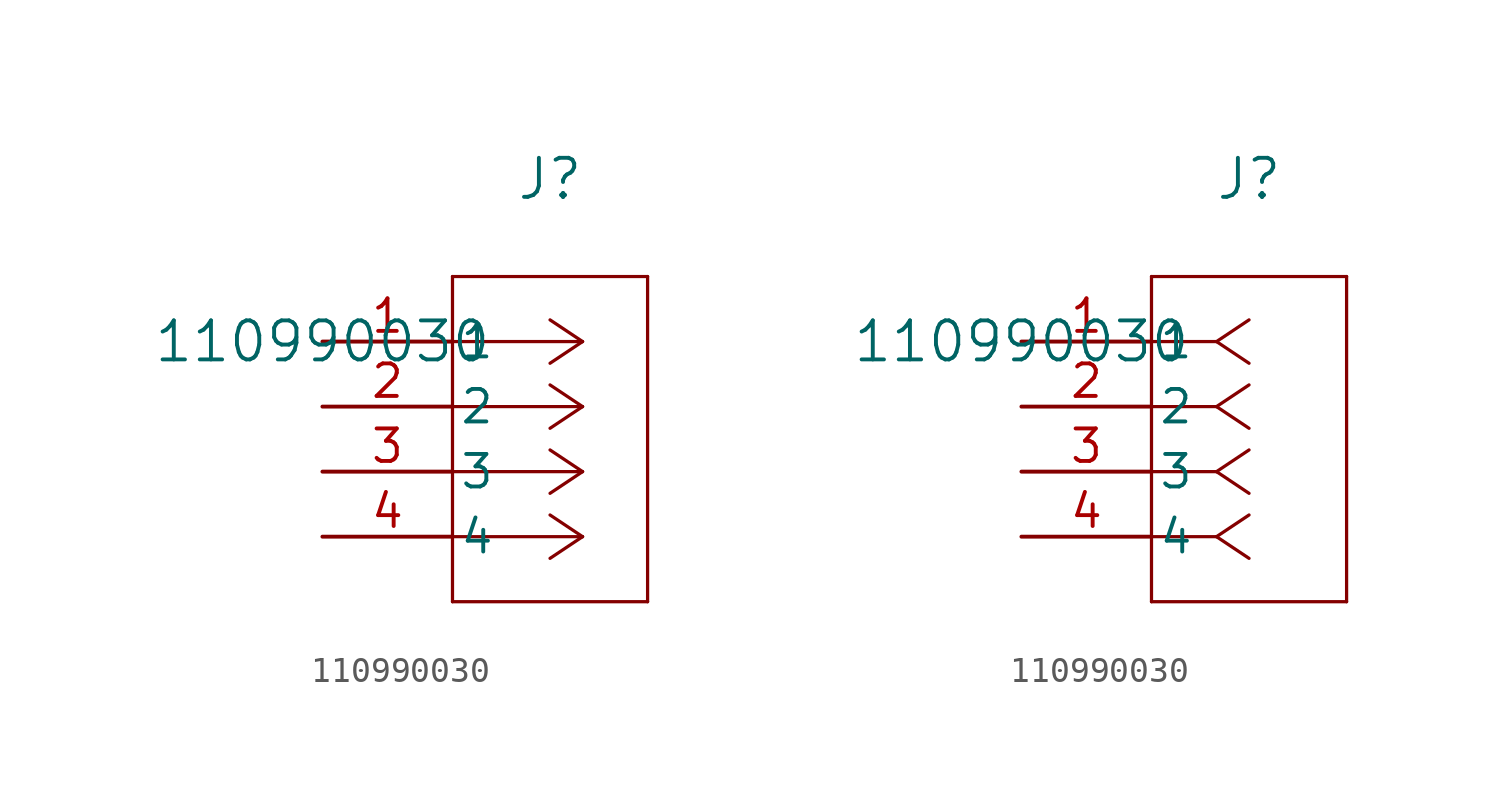
<source format=kicad_sym>
(kicad_symbol_lib
  (version 20211014)
  (generator kicad_symbol_editor)
  (symbol "110990030"
    (pin_names
      (offset 0.254))
    (property "Reference" "J"
      (at 8.89 6.35 0)
      (effects (font (size 1.524 1.524))))
    (property "Value" "110990030"
      (at 0 0 0)
      (effects (font (size 1.524 1.524))))
    (symbol "110990030_1_1"
      (polyline (pts (xy 10.16 0) (xy 5.08 0)) (stroke (width 0.127) (type default) (color 0 0 0 0)) (fill (type none)))
      (polyline (pts (xy 10.16 -2.54) (xy 5.08 -2.54)) (stroke (width 0.127) (type default) (color 0 0 0 0)) (fill (type none)))
      (polyline (pts (xy 10.16 -5.08) (xy 5.08 -5.08)) (stroke (width 0.127) (type default) (color 0 0 0 0)) (fill (type none)))
      (polyline (pts (xy 10.16 -7.62) (xy 5.08 -7.62)) (stroke (width 0.127) (type default) (color 0 0 0 0)) (fill (type none)))
      (polyline (pts (xy 10.16 0) (xy 8.89 0.847)) (stroke (width 0.127) (type default) (color 0 0 0 0)) (fill (type none)))
      (polyline (pts (xy 10.16 -2.54) (xy 8.89 -1.693)) (stroke (width 0.127) (type default) (color 0 0 0 0)) (fill (type none)))
      (polyline (pts (xy 10.16 -5.08) (xy 8.89 -4.233)) (stroke (width 0.127) (type default) (color 0 0 0 0)) (fill (type none)))
      (polyline (pts (xy 10.16 -7.62) (xy 8.89 -6.773)) (stroke (width 0.127) (type default) (color 0 0 0 0)) (fill (type none)))
      (polyline (pts (xy 10.16 0) (xy 8.89 -0.847)) (stroke (width 0.127) (type default) (color 0 0 0 0)) (fill (type none)))
      (polyline (pts (xy 10.16 -2.54) (xy 8.89 -3.387)) (stroke (width 0.127) (type default) (color 0 0 0 0)) (fill (type none)))
      (polyline (pts (xy 10.16 -5.08) (xy 8.89 -5.927)) (stroke (width 0.127) (type default) (color 0 0 0 0)) (fill (type none)))
      (polyline (pts (xy 10.16 -7.62) (xy 8.89 -8.467)) (stroke (width 0.127) (type default) (color 0 0 0 0)) (fill (type none)))
      (polyline (pts (xy 5.08 2.54) (xy 5.08 -10.16)) (stroke (width 0.127) (type default) (color 0 0 0 0)) (fill (type none)))
      (polyline (pts (xy 5.08 -10.16) (xy 12.7 -10.16)) (stroke (width 0.127) (type default) (color 0 0 0 0)) (fill (type none)))
      (polyline (pts (xy 12.7 -10.16) (xy 12.7 2.54)) (stroke (width 0.127) (type default) (color 0 0 0 0)) (fill (type none)))
      (polyline (pts (xy 12.7 2.54) (xy 5.08 2.54)) (stroke (width 0.127) (type default) (color 0 0 0 0)) (fill (type none)))
      (pin unspecified line (at 0 0 0) (length 5.08) (name "1" (effects (font (size 1.27 1.27)))) (number "1" (effects (font (size 1.27 1.27)))))
      (pin unspecified line (at 0 -2.54 0) (length 5.08) (name "2" (effects (font (size 1.27 1.27)))) (number "2" (effects (font (size 1.27 1.27)))))
      (pin unspecified line (at 0 -5.08 0) (length 5.08) (name "3" (effects (font (size 1.27 1.27)))) (number "3" (effects (font (size 1.27 1.27)))))
      (pin unspecified line (at 0 -7.62 0) (length 5.08) (name "4" (effects (font (size 1.27 1.27)))) (number "4" (effects (font (size 1.27 1.27))))))
    (symbol "110990030_1_2"
      (polyline (pts (xy 7.62 0) (xy 5.08 0)) (stroke (width 0.127) (type default) (color 0 0 0 0)) (fill (type none)))
      (polyline (pts (xy 7.62 -2.54) (xy 5.08 -2.54)) (stroke (width 0.127) (type default) (color 0 0 0 0)) (fill (type none)))
      (polyline (pts (xy 7.62 -5.08) (xy 5.08 -5.08)) (stroke (width 0.127) (type default) (color 0 0 0 0)) (fill (type none)))
      (polyline (pts (xy 7.62 -7.62) (xy 5.08 -7.62)) (stroke (width 0.127) (type default) (color 0 0 0 0)) (fill (type none)))
      (polyline (pts (xy 7.62 0) (xy 8.89 0.847)) (stroke (width 0.127) (type default) (color 0 0 0 0)) (fill (type none)))
      (polyline (pts (xy 7.62 -2.54) (xy 8.89 -1.693)) (stroke (width 0.127) (type default) (color 0 0 0 0)) (fill (type none)))
      (polyline (pts (xy 7.62 -5.08) (xy 8.89 -4.233)) (stroke (width 0.127) (type default) (color 0 0 0 0)) (fill (type none)))
      (polyline (pts (xy 7.62 -7.62) (xy 8.89 -6.773)) (stroke (width 0.127) (type default) (color 0 0 0 0)) (fill (type none)))
      (polyline (pts (xy 7.62 0) (xy 8.89 -0.847)) (stroke (width 0.127) (type default) (color 0 0 0 0)) (fill (type none)))
      (polyline (pts (xy 7.62 -2.54) (xy 8.89 -3.387)) (stroke (width 0.127) (type default) (color 0 0 0 0)) (fill (type none)))
      (polyline (pts (xy 7.62 -5.08) (xy 8.89 -5.927)) (stroke (width 0.127) (type default) (color 0 0 0 0)) (fill (type none)))
      (polyline (pts (xy 7.62 -7.62) (xy 8.89 -8.467)) (stroke (width 0.127) (type default) (color 0 0 0 0)) (fill (type none)))
      (polyline (pts (xy 5.08 2.54) (xy 5.08 -10.16)) (stroke (width 0.127) (type default) (color 0 0 0 0)) (fill (type none)))
      (polyline (pts (xy 5.08 -10.16) (xy 12.7 -10.16)) (stroke (width 0.127) (type default) (color 0 0 0 0)) (fill (type none)))
      (polyline (pts (xy 12.7 -10.16) (xy 12.7 2.54)) (stroke (width 0.127) (type default) (color 0 0 0 0)) (fill (type none)))
      (polyline (pts (xy 12.7 2.54) (xy 5.08 2.54)) (stroke (width 0.127) (type default) (color 0 0 0 0)) (fill (type none)))
      (pin unspecified line (at 0 0 0) (length 5.08) (name "1" (effects (font (size 1.27 1.27)))) (number "1" (effects (font (size 1.27 1.27)))))
      (pin unspecified line (at 0 -2.54 0) (length 5.08) (name "2" (effects (font (size 1.27 1.27)))) (number "2" (effects (font (size 1.27 1.27)))))
      (pin unspecified line (at 0 -5.08 0) (length 5.08) (name "3" (effects (font (size 1.27 1.27)))) (number "3" (effects (font (size 1.27 1.27)))))
      (pin unspecified line (at 0 -7.62 0) (length 5.08) (name "4" (effects (font (size 1.27 1.27)))) (number "4" (effects (font (size 1.27 1.27))))))))
</source>
